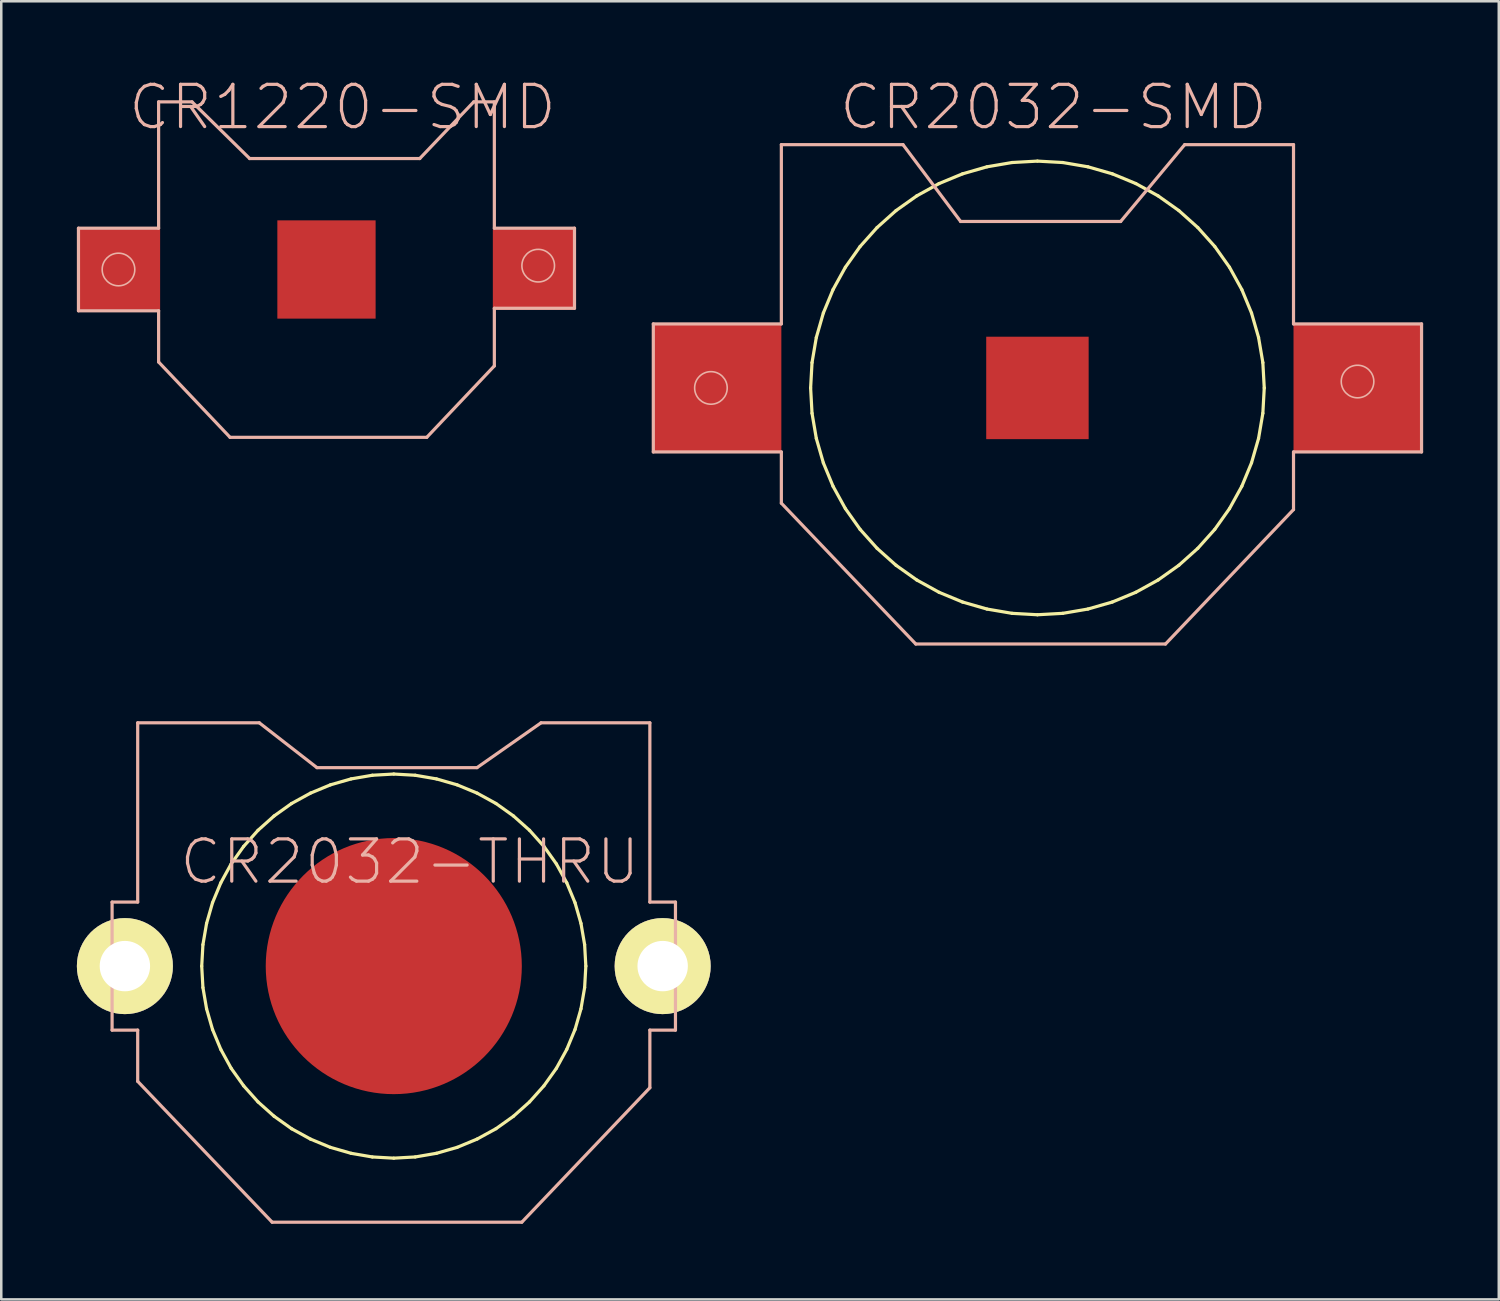
<source format=kicad_pcb>
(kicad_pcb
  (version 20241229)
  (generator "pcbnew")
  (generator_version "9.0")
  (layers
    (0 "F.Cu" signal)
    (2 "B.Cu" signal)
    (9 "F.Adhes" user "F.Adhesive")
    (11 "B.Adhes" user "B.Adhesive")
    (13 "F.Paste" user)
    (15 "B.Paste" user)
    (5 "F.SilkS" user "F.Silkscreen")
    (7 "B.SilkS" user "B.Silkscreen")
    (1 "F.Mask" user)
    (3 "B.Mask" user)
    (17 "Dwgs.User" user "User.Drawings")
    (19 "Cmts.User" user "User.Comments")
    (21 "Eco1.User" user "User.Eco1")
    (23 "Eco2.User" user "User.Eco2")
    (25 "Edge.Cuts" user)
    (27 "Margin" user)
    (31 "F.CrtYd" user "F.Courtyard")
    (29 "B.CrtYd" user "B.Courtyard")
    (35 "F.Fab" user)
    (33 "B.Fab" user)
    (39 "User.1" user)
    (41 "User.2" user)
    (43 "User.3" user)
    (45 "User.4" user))
  (footprint "CR2032-SMD"
    (layer "F.Cu")
    (at 38.11 12.341)
    (property "Reference" "CR2032-SMD" (at 0.635 -11.138 0) (layer "B.SilkS") (effects (font (size 1.676 1.676) (thickness 0.127))))
    (attr smd)
    (fp_line (start -8.999 0) (end -8.943 -1.006) (stroke (width 0.127) (type solid)) (layer "F.SilkS"))
    (fp_line (start -8.943 -1.006) (end -8.773 -2.002) (stroke (width 0.127) (type solid)) (layer "F.SilkS"))
    (fp_line (start -8.943 1.006) (end -8.999 0) (stroke (width 0.127) (type solid)) (layer "F.SilkS"))
    (fp_line (start -8.773 -2.002) (end -8.494 -2.972) (stroke (width 0.127) (type solid)) (layer "F.SilkS"))
    (fp_line (start -8.773 2.002) (end -8.943 1.006) (stroke (width 0.127) (type solid)) (layer "F.SilkS"))
    (fp_line (start -8.494 -2.972) (end -8.108 -3.904) (stroke (width 0.127) (type solid)) (layer "F.SilkS"))
    (fp_line (start -8.494 2.972) (end -8.773 2.002) (stroke (width 0.127) (type solid)) (layer "F.SilkS"))
    (fp_line (start -8.108 -3.904) (end -7.62 -4.788) (stroke (width 0.127) (type solid)) (layer "F.SilkS"))
    (fp_line (start -8.108 3.904) (end -8.494 2.972) (stroke (width 0.127) (type solid)) (layer "F.SilkS"))
    (fp_line (start -7.62 -4.788) (end -7.036 -5.611) (stroke (width 0.127) (type solid)) (layer "F.SilkS"))
    (fp_line (start -7.62 4.788) (end -8.108 3.904) (stroke (width 0.127) (type solid)) (layer "F.SilkS"))
    (fp_line (start -7.036 -5.611) (end -6.363 -6.363) (stroke (width 0.127) (type solid)) (layer "F.SilkS"))
    (fp_line (start -7.036 5.611) (end -7.62 4.788) (stroke (width 0.127) (type solid)) (layer "F.SilkS"))
    (fp_line (start -6.363 -6.363) (end -5.611 -7.036) (stroke (width 0.127) (type solid)) (layer "F.SilkS"))
    (fp_line (start -6.363 6.363) (end -7.036 5.611) (stroke (width 0.127) (type solid)) (layer "F.SilkS"))
    (fp_line (start -5.611 -7.036) (end -4.788 -7.62) (stroke (width 0.127) (type solid)) (layer "F.SilkS"))
    (fp_line (start -5.611 7.036) (end -6.363 6.363) (stroke (width 0.127) (type solid)) (layer "F.SilkS"))
    (fp_line (start -4.788 -7.62) (end -3.904 -8.108) (stroke (width 0.127) (type solid)) (layer "F.SilkS"))
    (fp_line (start -4.788 7.62) (end -5.611 7.036) (stroke (width 0.127) (type solid)) (layer "F.SilkS"))
    (fp_line (start -3.904 -8.108) (end -2.972 -8.494) (stroke (width 0.127) (type solid)) (layer "F.SilkS"))
    (fp_line (start -3.904 8.108) (end -4.788 7.62) (stroke (width 0.127) (type solid)) (layer "F.SilkS"))
    (fp_line (start -2.972 -8.494) (end -2.002 -8.773) (stroke (width 0.127) (type solid)) (layer "F.SilkS"))
    (fp_line (start -2.972 8.494) (end -3.904 8.108) (stroke (width 0.127) (type solid)) (layer "F.SilkS"))
    (fp_line (start -2.002 -8.773) (end -1.006 -8.943) (stroke (width 0.127) (type solid)) (layer "F.SilkS"))
    (fp_line (start -2.002 8.773) (end -2.972 8.494) (stroke (width 0.127) (type solid)) (layer "F.SilkS"))
    (fp_line (start -1.006 -8.943) (end 0 -8.999) (stroke (width 0.127) (type solid)) (layer "F.SilkS"))
    (fp_line (start -1.006 8.943) (end -2.002 8.773) (stroke (width 0.127) (type solid)) (layer "F.SilkS"))
    (fp_line (start 0 -8.999) (end 1.006 -8.943) (stroke (width 0.127) (type solid)) (layer "F.SilkS"))
    (fp_line (start 0 8.999) (end -1.006 8.943) (stroke (width 0.127) (type solid)) (layer "F.SilkS"))
    (fp_line (start 1.006 -8.943) (end 2.002 -8.773) (stroke (width 0.127) (type solid)) (layer "F.SilkS"))
    (fp_line (start 1.006 8.943) (end 0 8.999) (stroke (width 0.127) (type solid)) (layer "F.SilkS"))
    (fp_line (start 2.002 -8.773) (end 2.972 -8.494) (stroke (width 0.127) (type solid)) (layer "F.SilkS"))
    (fp_line (start 2.002 8.773) (end 1.006 8.943) (stroke (width 0.127) (type solid)) (layer "F.SilkS"))
    (fp_line (start 2.972 -8.494) (end 3.904 -8.108) (stroke (width 0.127) (type solid)) (layer "F.SilkS"))
    (fp_line (start 2.972 8.494) (end 2.002 8.773) (stroke (width 0.127) (type solid)) (layer "F.SilkS"))
    (fp_line (start 3.904 -8.108) (end 4.788 -7.62) (stroke (width 0.127) (type solid)) (layer "F.SilkS"))
    (fp_line (start 3.904 8.108) (end 2.972 8.494) (stroke (width 0.127) (type solid)) (layer "F.SilkS"))
    (fp_line (start 4.788 -7.62) (end 5.611 -7.036) (stroke (width 0.127) (type solid)) (layer "F.SilkS"))
    (fp_line (start 4.788 7.62) (end 3.904 8.108) (stroke (width 0.127) (type solid)) (layer "F.SilkS"))
    (fp_line (start 5.611 -7.036) (end 6.363 -6.363) (stroke (width 0.127) (type solid)) (layer "F.SilkS"))
    (fp_line (start 5.611 7.036) (end 4.788 7.62) (stroke (width 0.127) (type solid)) (layer "F.SilkS"))
    (fp_line (start 6.363 -6.363) (end 7.036 -5.611) (stroke (width 0.127) (type solid)) (layer "F.SilkS"))
    (fp_line (start 6.363 6.363) (end 5.611 7.036) (stroke (width 0.127) (type solid)) (layer "F.SilkS"))
    (fp_line (start 7.036 -5.611) (end 7.62 -4.788) (stroke (width 0.127) (type solid)) (layer "F.SilkS"))
    (fp_line (start 7.036 5.611) (end 6.363 6.363) (stroke (width 0.127) (type solid)) (layer "F.SilkS"))
    (fp_line (start 7.62 -4.788) (end 8.108 -3.904) (stroke (width 0.127) (type solid)) (layer "F.SilkS"))
    (fp_line (start 7.62 4.788) (end 7.036 5.611) (stroke (width 0.127) (type solid)) (layer "F.SilkS"))
    (fp_line (start 8.108 -3.904) (end 8.494 -2.972) (stroke (width 0.127) (type solid)) (layer "F.SilkS"))
    (fp_line (start 8.108 3.904) (end 7.62 4.788) (stroke (width 0.127) (type solid)) (layer "F.SilkS"))
    (fp_line (start 8.494 -2.972) (end 8.773 -2.002) (stroke (width 0.127) (type solid)) (layer "F.SilkS"))
    (fp_line (start 8.494 2.972) (end 8.108 3.904) (stroke (width 0.127) (type solid)) (layer "F.SilkS"))
    (fp_line (start 8.773 -2.002) (end 8.943 -1.006) (stroke (width 0.127) (type solid)) (layer "F.SilkS"))
    (fp_line (start 8.773 2.002) (end 8.494 2.972) (stroke (width 0.127) (type solid)) (layer "F.SilkS"))
    (fp_line (start 8.943 -1.006) (end 8.999 0) (stroke (width 0.127) (type solid)) (layer "F.SilkS"))
    (fp_line (start 8.943 1.006) (end 8.773 2.002) (stroke (width 0.127) (type solid)) (layer "F.SilkS"))
    (fp_line (start 8.999 0) (end 8.943 1.006) (stroke (width 0.127) (type solid)) (layer "F.SilkS"))
    (fp_line (start -15.24 -2.54) (end -15.24 2.54) (stroke (width 0.127) (type solid)) (layer "B.SilkS"))
    (fp_line (start -15.24 2.54) (end -10.16 2.54) (stroke (width 0.127) (type solid)) (layer "B.SilkS"))
    (fp_line (start -10.16 -9.652) (end -10.16 -2.54) (stroke (width 0.127) (type solid)) (layer "B.SilkS"))
    (fp_line (start -10.16 -2.54) (end -15.24 -2.54) (stroke (width 0.127) (type solid)) (layer "B.SilkS"))
    (fp_line (start -10.16 2.54) (end -10.16 4.572) (stroke (width 0.127) (type solid)) (layer "B.SilkS"))
    (fp_line (start -10.16 4.572) (end -4.826 10.16) (stroke (width 0.127) (type solid)) (layer "B.SilkS"))
    (fp_line (start -5.334 -9.652) (end -10.16 -9.652) (stroke (width 0.127) (type solid)) (layer "B.SilkS"))
    (fp_line (start -4.826 10.16) (end 5.08 10.16) (stroke (width 0.127) (type solid)) (layer "B.SilkS"))
    (fp_line (start -3.048 -6.604) (end -5.334 -9.652) (stroke (width 0.127) (type solid)) (layer "B.SilkS"))
    (fp_line (start 3.302 -6.604) (end -3.048 -6.604) (stroke (width 0.127) (type solid)) (layer "B.SilkS"))
    (fp_line (start 5.08 10.16) (end 10.16 4.826) (stroke (width 0.127) (type solid)) (layer "B.SilkS"))
    (fp_line (start 5.842 -9.652) (end 3.302 -6.604) (stroke (width 0.127) (type solid)) (layer "B.SilkS"))
    (fp_line (start 10.16 -9.652) (end 5.842 -9.652) (stroke (width 0.127) (type solid)) (layer "B.SilkS"))
    (fp_line (start 10.16 -2.54) (end 10.16 -9.652) (stroke (width 0.127) (type solid)) (layer "B.SilkS"))
    (fp_line (start 10.16 2.54) (end 15.24 2.54) (stroke (width 0.127) (type solid)) (layer "B.SilkS"))
    (fp_line (start 10.16 4.826) (end 10.16 2.54) (stroke (width 0.127) (type solid)) (layer "B.SilkS"))
    (fp_line (start 15.24 -2.54) (end 10.16 -2.54) (stroke (width 0.127) (type solid)) (layer "B.SilkS"))
    (fp_line (start 15.24 2.54) (end 15.24 -2.54) (stroke (width 0.127) (type solid)) (layer "B.SilkS"))
    (fp_circle (center -12.954 0) (end -13.411 0.457) (stroke (width 0.064) (type solid)) (fill no) (layer "B.SilkS"))
    (fp_circle (center 12.7 -0.254) (end 13.157 -0.711) (stroke (width 0.064) (type solid)) (fill no) (layer "B.SilkS"))
    (pad "+$1" smd rect (at -12.7 0) (size 5.08 5.08) (layers "F.Cu" "F.Mask" "F.Paste"))
    (pad "+$2" smd rect (at 12.7 0) (size 5.08 5.08) (layers "F.Cu" "F.Mask" "F.Paste"))
    (pad "-" smd rect (at 0 0) (size 4.064 4.064) (layers "F.Cu" "F.Mask" "F.Paste")))
  (footprint "CR1220-SMD"
    (layer "F.Cu")
    (at 9.903 7.642)
    (property "Reference" "CR1220-SMD" (at 0.635 -6.439 0) (layer "B.SilkS") (effects (font (size 1.676 1.676) (thickness 0.127))))
    (attr smd)
    (fp_line (start -9.84 -1.638) (end -9.84 1.638) (stroke (width 0.127) (type solid)) (layer "B.SilkS"))
    (fp_line (start -9.84 1.638) (end -6.66 1.638) (stroke (width 0.127) (type solid)) (layer "B.SilkS"))
    (fp_line (start -6.66 -6.65) (end -6.66 -1.638) (stroke (width 0.127) (type solid)) (layer "B.SilkS"))
    (fp_line (start -6.66 -1.638) (end -9.84 -1.638) (stroke (width 0.127) (type solid)) (layer "B.SilkS"))
    (fp_line (start -6.66 1.638) (end -6.66 3.67) (stroke (width 0.127) (type solid)) (layer "B.SilkS"))
    (fp_line (start -6.66 3.67) (end -3.825 6.66) (stroke (width 0.127) (type solid)) (layer "B.SilkS"))
    (fp_line (start -5.334 -6.65) (end -6.66 -6.65) (stroke (width 0.127) (type solid)) (layer "B.SilkS"))
    (fp_line (start -3.825 6.66) (end 3.978 6.66) (stroke (width 0.127) (type solid)) (layer "B.SilkS"))
    (fp_line (start -3.048 -4.402) (end -5.334 -6.65) (stroke (width 0.127) (type solid)) (layer "B.SilkS"))
    (fp_line (start 3.701 -4.402) (end -3.048 -4.402) (stroke (width 0.127) (type solid)) (layer "B.SilkS"))
    (fp_line (start 3.978 6.66) (end 6.66 3.825) (stroke (width 0.127) (type solid)) (layer "B.SilkS"))
    (fp_line (start 5.842 -6.65) (end 3.701 -4.402) (stroke (width 0.127) (type solid)) (layer "B.SilkS"))
    (fp_line (start 6.66 -6.65) (end 5.842 -6.65) (stroke (width 0.127) (type solid)) (layer "B.SilkS"))
    (fp_line (start 6.66 -1.638) (end 6.66 -6.65) (stroke (width 0.127) (type solid)) (layer "B.SilkS"))
    (fp_line (start 6.66 1.539) (end 9.84 1.539) (stroke (width 0.127) (type solid)) (layer "B.SilkS"))
    (fp_line (start 6.66 3.825) (end 6.66 1.539) (stroke (width 0.127) (type solid)) (layer "B.SilkS"))
    (fp_line (start 9.84 -1.638) (end 6.66 -1.638) (stroke (width 0.127) (type solid)) (layer "B.SilkS"))
    (fp_line (start 9.84 1.539) (end 9.84 -1.638) (stroke (width 0.127) (type solid)) (layer "B.SilkS"))
    (fp_circle (center -8.252 0) (end -8.71 0.457) (stroke (width 0.064) (type solid)) (fill no) (layer "B.SilkS"))
    (fp_circle (center 8.4 -0.152) (end 8.857 -0.61) (stroke (width 0.064) (type solid)) (fill no) (layer "B.SilkS"))
    (pad "+$1" smd rect (at -8.199 0) (size 3.198 3.198) (layers "F.Cu" "F.Mask" "F.Paste"))
    (pad "+$2" smd rect (at 8.199 0) (size 3.198 3.198) (layers "F.Cu" "F.Mask" "F.Paste"))
    (pad "-" smd rect (at 0 0) (size 3.899 3.899) (layers "F.Cu" "F.Mask" "F.Paste")))
  (footprint "CR2032-THRU"
    (layer "F.Cu")
    (at 12.573 35.28)
    (property "Reference" "CR2032-THRU" (at 0.635 -4.14 0) (layer "B.SilkS") (effects (font (size 1.676 1.676) (thickness 0.127))))
    (attr smd)
    (fp_line (start -7.62 0) (end -7.572 0.851) (stroke (width 0.127) (type solid)) (layer "F.SilkS"))
    (fp_line (start -7.572 -0.851) (end -7.62 0) (stroke (width 0.127) (type solid)) (layer "F.SilkS"))
    (fp_line (start -7.572 0.851) (end -7.427 1.694) (stroke (width 0.127) (type solid)) (layer "F.SilkS"))
    (fp_line (start -7.427 -1.694) (end -7.572 -0.851) (stroke (width 0.127) (type solid)) (layer "F.SilkS"))
    (fp_line (start -7.427 1.694) (end -7.191 2.515) (stroke (width 0.127) (type solid)) (layer "F.SilkS"))
    (fp_line (start -7.191 -2.515) (end -7.427 -1.694) (stroke (width 0.127) (type solid)) (layer "F.SilkS"))
    (fp_line (start -7.191 2.515) (end -6.863 3.305) (stroke (width 0.127) (type solid)) (layer "F.SilkS"))
    (fp_line (start -6.863 -3.305) (end -7.191 -2.515) (stroke (width 0.127) (type solid)) (layer "F.SilkS"))
    (fp_line (start -6.863 3.305) (end -6.452 4.054) (stroke (width 0.127) (type solid)) (layer "F.SilkS"))
    (fp_line (start -6.452 -4.054) (end -6.863 -3.305) (stroke (width 0.127) (type solid)) (layer "F.SilkS"))
    (fp_line (start -6.452 4.054) (end -5.956 4.75) (stroke (width 0.127) (type solid)) (layer "F.SilkS"))
    (fp_line (start -5.956 -4.75) (end -6.452 -4.054) (stroke (width 0.127) (type solid)) (layer "F.SilkS"))
    (fp_line (start -5.956 4.75) (end -5.387 5.387) (stroke (width 0.127) (type solid)) (layer "F.SilkS"))
    (fp_line (start -5.387 -5.387) (end -5.956 -4.75) (stroke (width 0.127) (type solid)) (layer "F.SilkS"))
    (fp_line (start -5.387 5.387) (end -4.75 5.956) (stroke (width 0.127) (type solid)) (layer "F.SilkS"))
    (fp_line (start -4.75 -5.956) (end -5.387 -5.387) (stroke (width 0.127) (type solid)) (layer "F.SilkS"))
    (fp_line (start -4.75 5.956) (end -4.054 6.452) (stroke (width 0.127) (type solid)) (layer "F.SilkS"))
    (fp_line (start -4.054 -6.452) (end -4.75 -5.956) (stroke (width 0.127) (type solid)) (layer "F.SilkS"))
    (fp_line (start -4.054 6.452) (end -3.305 6.863) (stroke (width 0.127) (type solid)) (layer "F.SilkS"))
    (fp_line (start -3.305 -6.863) (end -4.054 -6.452) (stroke (width 0.127) (type solid)) (layer "F.SilkS"))
    (fp_line (start -3.305 6.863) (end -2.515 7.191) (stroke (width 0.127) (type solid)) (layer "F.SilkS"))
    (fp_line (start -2.515 -7.191) (end -3.305 -6.863) (stroke (width 0.127) (type solid)) (layer "F.SilkS"))
    (fp_line (start -2.515 7.191) (end -1.694 7.427) (stroke (width 0.127) (type solid)) (layer "F.SilkS"))
    (fp_line (start -1.694 -7.427) (end -2.515 -7.191) (stroke (width 0.127) (type solid)) (layer "F.SilkS"))
    (fp_line (start -1.694 7.427) (end -0.851 7.572) (stroke (width 0.127) (type solid)) (layer "F.SilkS"))
    (fp_line (start -0.851 -7.572) (end -1.694 -7.427) (stroke (width 0.127) (type solid)) (layer "F.SilkS"))
    (fp_line (start -0.851 7.572) (end 0 7.62) (stroke (width 0.127) (type solid)) (layer "F.SilkS"))
    (fp_line (start 0 -7.62) (end -0.851 -7.572) (stroke (width 0.127) (type solid)) (layer "F.SilkS"))
    (fp_line (start 0 7.62) (end 0.851 7.572) (stroke (width 0.127) (type solid)) (layer "F.SilkS"))
    (fp_line (start 0.851 -7.572) (end 0 -7.62) (stroke (width 0.127) (type solid)) (layer "F.SilkS"))
    (fp_line (start 0.851 7.572) (end 1.694 7.427) (stroke (width 0.127) (type solid)) (layer "F.SilkS"))
    (fp_line (start 1.694 -7.427) (end 0.851 -7.572) (stroke (width 0.127) (type solid)) (layer "F.SilkS"))
    (fp_line (start 1.694 7.427) (end 2.515 7.191) (stroke (width 0.127) (type solid)) (layer "F.SilkS"))
    (fp_line (start 2.515 -7.191) (end 1.694 -7.427) (stroke (width 0.127) (type solid)) (layer "F.SilkS"))
    (fp_line (start 2.515 7.191) (end 3.305 6.863) (stroke (width 0.127) (type solid)) (layer "F.SilkS"))
    (fp_line (start 3.305 -6.863) (end 2.515 -7.191) (stroke (width 0.127) (type solid)) (layer "F.SilkS"))
    (fp_line (start 3.305 6.863) (end 4.054 6.452) (stroke (width 0.127) (type solid)) (layer "F.SilkS"))
    (fp_line (start 4.054 -6.452) (end 3.305 -6.863) (stroke (width 0.127) (type solid)) (layer "F.SilkS"))
    (fp_line (start 4.054 6.452) (end 4.75 5.956) (stroke (width 0.127) (type solid)) (layer "F.SilkS"))
    (fp_line (start 4.75 -5.956) (end 4.054 -6.452) (stroke (width 0.127) (type solid)) (layer "F.SilkS"))
    (fp_line (start 4.75 5.956) (end 5.387 5.387) (stroke (width 0.127) (type solid)) (layer "F.SilkS"))
    (fp_line (start 5.387 -5.387) (end 4.75 -5.956) (stroke (width 0.127) (type solid)) (layer "F.SilkS"))
    (fp_line (start 5.387 5.387) (end 5.956 4.75) (stroke (width 0.127) (type solid)) (layer "F.SilkS"))
    (fp_line (start 5.956 -4.75) (end 5.387 -5.387) (stroke (width 0.127) (type solid)) (layer "F.SilkS"))
    (fp_line (start 5.956 4.75) (end 6.452 4.054) (stroke (width 0.127) (type solid)) (layer "F.SilkS"))
    (fp_line (start 6.452 -4.054) (end 5.956 -4.75) (stroke (width 0.127) (type solid)) (layer "F.SilkS"))
    (fp_line (start 6.452 4.054) (end 6.863 3.305) (stroke (width 0.127) (type solid)) (layer "F.SilkS"))
    (fp_line (start 6.863 -3.305) (end 6.452 -4.054) (stroke (width 0.127) (type solid)) (layer "F.SilkS"))
    (fp_line (start 6.863 3.305) (end 7.191 2.515) (stroke (width 0.127) (type solid)) (layer "F.SilkS"))
    (fp_line (start 7.191 -2.515) (end 6.863 -3.305) (stroke (width 0.127) (type solid)) (layer "F.SilkS"))
    (fp_line (start 7.191 2.515) (end 7.427 1.694) (stroke (width 0.127) (type solid)) (layer "F.SilkS"))
    (fp_line (start 7.427 -1.694) (end 7.191 -2.515) (stroke (width 0.127) (type solid)) (layer "F.SilkS"))
    (fp_line (start 7.427 1.694) (end 7.572 0.851) (stroke (width 0.127) (type solid)) (layer "F.SilkS"))
    (fp_line (start 7.572 -0.851) (end 7.427 -1.694) (stroke (width 0.127) (type solid)) (layer "F.SilkS"))
    (fp_line (start 7.572 0.851) (end 7.62 0) (stroke (width 0.127) (type solid)) (layer "F.SilkS"))
    (fp_line (start 7.62 0) (end 7.572 -0.851) (stroke (width 0.127) (type solid)) (layer "F.SilkS"))
    (fp_line (start -11.176 -2.54) (end -11.176 2.54) (stroke (width 0.127) (type solid)) (layer "B.SilkS"))
    (fp_line (start -11.176 2.54) (end -10.16 2.54) (stroke (width 0.127) (type solid)) (layer "B.SilkS"))
    (fp_line (start -10.16 -9.652) (end -10.16 -2.54) (stroke (width 0.127) (type solid)) (layer "B.SilkS"))
    (fp_line (start -10.16 -2.54) (end -11.176 -2.54) (stroke (width 0.127) (type solid)) (layer "B.SilkS"))
    (fp_line (start -10.16 2.54) (end -10.16 4.572) (stroke (width 0.127) (type solid)) (layer "B.SilkS"))
    (fp_line (start -10.16 4.572) (end -4.826 10.16) (stroke (width 0.127) (type solid)) (layer "B.SilkS"))
    (fp_line (start -5.334 -9.652) (end -10.16 -9.652) (stroke (width 0.127) (type solid)) (layer "B.SilkS"))
    (fp_line (start -4.826 10.16) (end 5.08 10.16) (stroke (width 0.127) (type solid)) (layer "B.SilkS"))
    (fp_line (start -3.048 -7.874) (end -5.334 -9.652) (stroke (width 0.127) (type solid)) (layer "B.SilkS"))
    (fp_line (start 3.302 -7.874) (end -3.048 -7.874) (stroke (width 0.127) (type solid)) (layer "B.SilkS"))
    (fp_line (start 5.08 10.16) (end 10.16 4.826) (stroke (width 0.127) (type solid)) (layer "B.SilkS"))
    (fp_line (start 5.842 -9.652) (end 3.302 -7.874) (stroke (width 0.127) (type solid)) (layer "B.SilkS"))
    (fp_line (start 10.16 -9.652) (end 5.842 -9.652) (stroke (width 0.127) (type solid)) (layer "B.SilkS"))
    (fp_line (start 10.16 -2.54) (end 10.16 -9.652) (stroke (width 0.127) (type solid)) (layer "B.SilkS"))
    (fp_line (start 10.16 2.54) (end 11.176 2.54) (stroke (width 0.127) (type solid)) (layer "B.SilkS"))
    (fp_line (start 10.16 4.826) (end 10.16 2.54) (stroke (width 0.127) (type solid)) (layer "B.SilkS"))
    (fp_line (start 11.176 -2.54) (end 10.16 -2.54) (stroke (width 0.127) (type solid)) (layer "B.SilkS"))
    (fp_line (start 11.176 2.54) (end 11.176 -2.54) (stroke (width 0.127) (type solid)) (layer "B.SilkS"))
    (pad "+1" thru_hole circle (at -10.668 0) (size 3.81 3.81) (drill 1.999) (layers "*.Cu" "F.Mask" "F.SilkS" "F.Paste"))
    (pad "+2" thru_hole circle (at 10.668 0) (size 3.81 3.81) (drill 1.999) (layers "*.Cu" "F.Mask" "F.SilkS" "F.Paste"))
    (pad "-" smd circle (at 0 0) (size 10.16 10.16) (layers "F.Cu" "F.Mask" "F.Paste")))
  (gr_rect
    (start -3 -3)
    (end 56.414 48.504)
    (stroke (width 0.1) (type default))
    (fill no)
    (layer "Edge.Cuts")))
</source>
